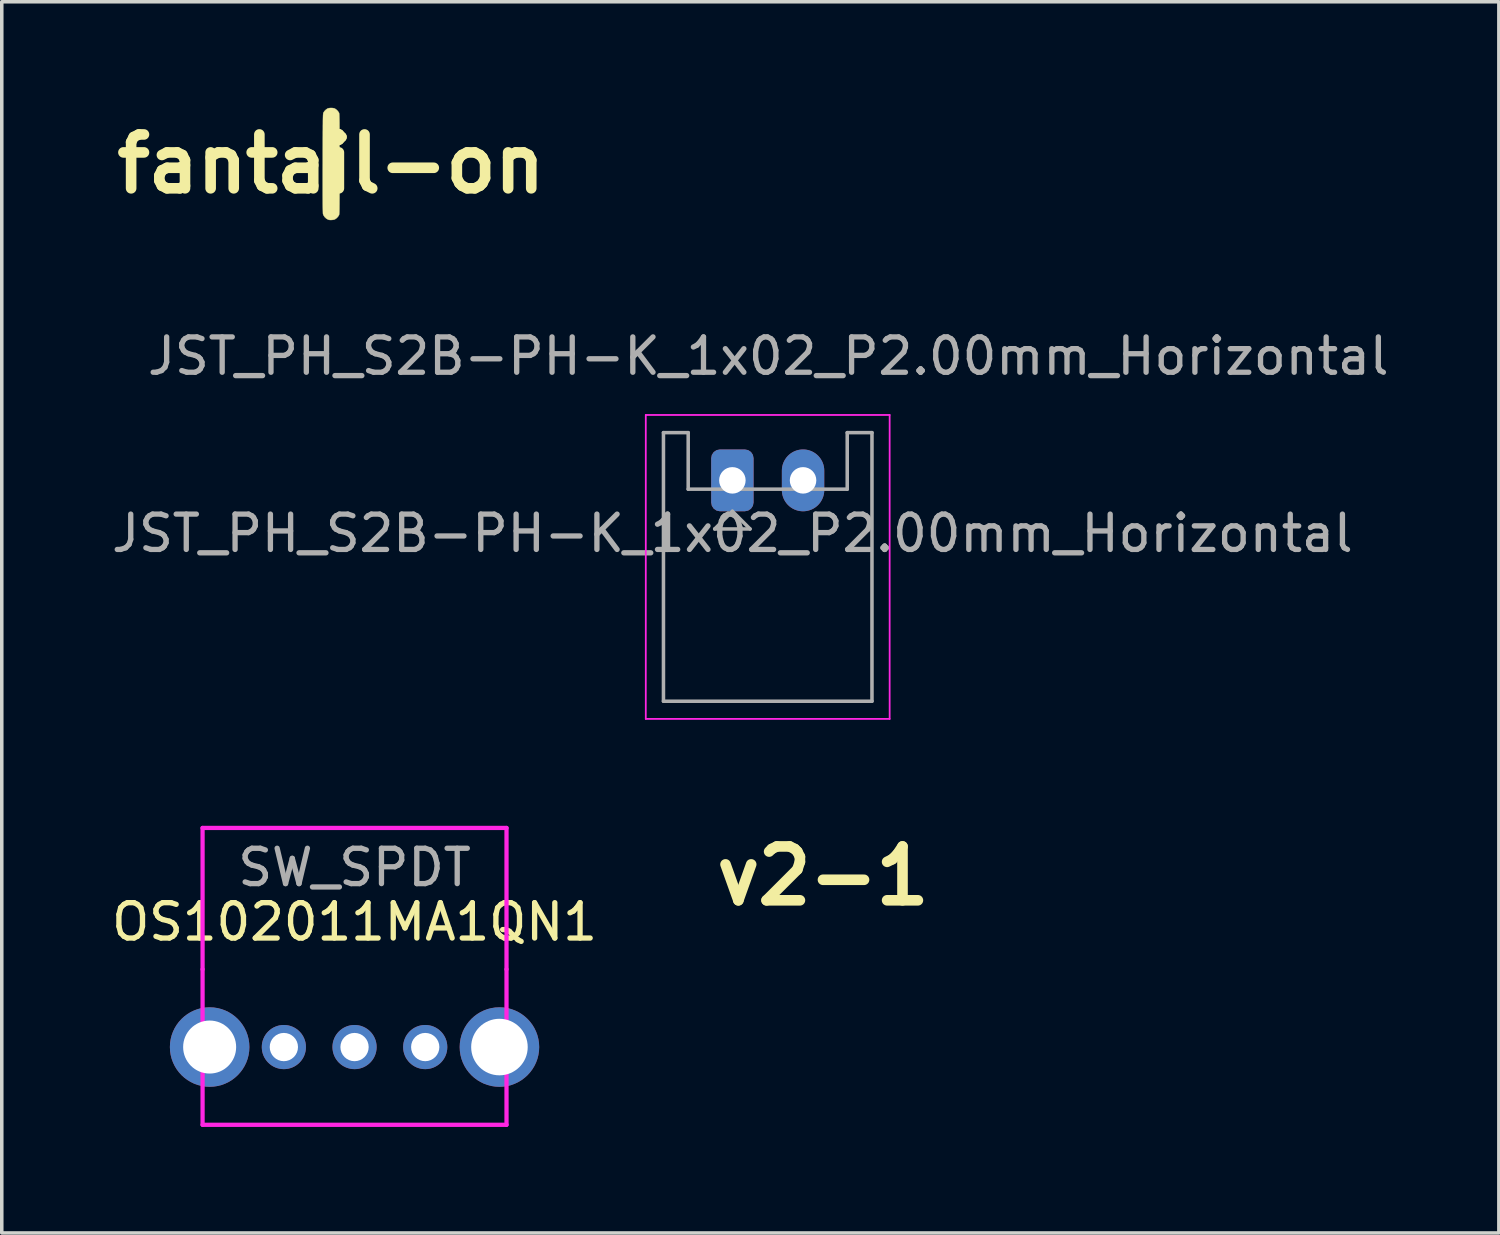
<source format=kicad_pcb>
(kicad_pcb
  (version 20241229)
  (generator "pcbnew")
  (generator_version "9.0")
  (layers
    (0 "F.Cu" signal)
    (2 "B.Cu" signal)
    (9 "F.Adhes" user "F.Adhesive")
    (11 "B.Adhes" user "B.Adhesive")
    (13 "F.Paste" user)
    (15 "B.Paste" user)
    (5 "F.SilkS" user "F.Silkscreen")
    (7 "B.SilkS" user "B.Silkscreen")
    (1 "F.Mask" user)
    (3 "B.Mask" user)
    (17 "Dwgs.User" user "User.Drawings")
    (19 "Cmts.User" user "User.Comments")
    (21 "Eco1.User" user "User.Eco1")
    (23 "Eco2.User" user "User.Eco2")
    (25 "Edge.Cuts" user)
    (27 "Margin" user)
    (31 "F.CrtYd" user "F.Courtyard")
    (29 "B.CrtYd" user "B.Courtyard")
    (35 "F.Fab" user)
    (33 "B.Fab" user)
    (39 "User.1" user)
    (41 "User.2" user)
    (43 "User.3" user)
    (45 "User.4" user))
  (footprint "fantail-on"
    (layer "F.Cu")
    (at 6.321 1.589)
    (property "Reference" "fantail-on" (at 0 0 0) (layer "F.SilkS") (effects (font (size 1.524 1.524) (thickness 0.3))))
    (attr through_hole)
    (fp_poly (pts (xy 0.03 -1.583) (xy 0.075 -1.577) (xy 0.103 -1.567) (xy 0.145 -1.539) (xy 0.185 -1.5) (xy 0.215 -1.458) (xy 0.219 -1.451) (xy 0.221 -1.446) (xy 0.223 -1.44) (xy 0.225 -1.431) (xy 0.227 -1.419) (xy 0.228 -1.403) (xy 0.229 -1.382) (xy 0.23 -1.356) (xy 0.231 -1.322) (xy 0.232 -1.281) (xy 0.233 -1.232) (xy 0.234 -1.173) (xy 0.234 -1.104) (xy 0.235 -1.025) (xy 0.235 -0.933) (xy 0.235 -0.828) (xy 0.235 -0.71) (xy 0.235 -0.577) (xy 0.235 -0.428) (xy 0.236 -0.263) (xy 0.236 -0.081) (xy 0.236 0) (xy 0.236 0.189) (xy 0.235 0.361) (xy 0.235 0.517) (xy 0.235 0.656) (xy 0.235 0.78) (xy 0.235 0.891) (xy 0.235 0.988) (xy 0.234 1.072) (xy 0.234 1.146) (xy 0.233 1.209) (xy 0.233 1.262) (xy 0.232 1.306) (xy 0.231 1.342) (xy 0.23 1.372) (xy 0.229 1.395) (xy 0.227 1.413) (xy 0.226 1.426) (xy 0.224 1.436) (xy 0.222 1.444) (xy 0.22 1.449) (xy 0.219 1.451) (xy 0.191 1.493) (xy 0.153 1.533) (xy 0.111 1.563) (xy 0.103 1.567) (xy 0.069 1.578) (xy 0.026 1.584) (xy -0.02 1.586) (xy -0.06 1.582) (xy -0.08 1.577) (xy -0.137 1.546) (xy -0.184 1.502) (xy -0.218 1.45) (xy -0.23 1.418) (xy -0.232 1.407) (xy -0.233 1.387) (xy -0.234 1.356) (xy -0.235 1.314) (xy -0.236 1.26) (xy -0.237 1.194) (xy -0.238 1.115) (xy -0.238 1.022) (xy -0.239 0.915) (xy -0.239 0.793) (xy -0.239 0.655) (xy -0.239 0.501) (xy -0.239 0.331) (xy -0.239 0.143) (xy -0.238 -0.018) (xy -0.238 -0.207) (xy -0.238 -0.377) (xy -0.237 -0.531) (xy -0.237 -0.669) (xy -0.236 -0.793) (xy -0.236 -0.902) (xy -0.235 -0.998) (xy -0.235 -1.081) (xy -0.234 -1.154) (xy -0.234 -1.215) (xy -0.233 -1.268) (xy -0.232 -1.311) (xy -0.231 -1.347) (xy -0.23 -1.375) (xy -0.228 -1.398) (xy -0.227 -1.415) (xy -0.225 -1.428) (xy -0.224 -1.438) (xy -0.221 -1.445) (xy -0.219 -1.45) (xy -0.219 -1.451) (xy -0.191 -1.494) (xy -0.152 -1.533) (xy -0.11 -1.564) (xy -0.103 -1.567) (xy -0.066 -1.579) (xy -0.02 -1.584) (xy 0.03 -1.583)) (stroke (width 0.01) (type solid)) (fill yes) (layer "F.SilkS")))
  (footprint "JST_PH_S2B-PH-K_1x02_P2.00mm_Horizontal"
    (layer "F.Cu")
    (at 18.689 12.828)
    (property "Reference" "JST_PH_S2B-PH-K_1x02_P2.00mm_Horizontal" (at 0 -5.8 0) (layer "F.Fab") (effects (font (size 1 1) (thickness 0.15))))
    (attr smd)
    (fp_line (start -3.466 -4.136) (end -3.466 4.464) (stroke (width 0.05) (type solid)) (layer "F.CrtYd"))
    (fp_line (start -3.466 4.464) (end 3.434 4.464) (stroke (width 0.05) (type solid)) (layer "F.CrtYd"))
    (fp_line (start 3.434 -4.136) (end -3.466 -4.136) (stroke (width 0.05) (type solid)) (layer "F.CrtYd"))
    (fp_line (start 3.434 4.464) (end 3.434 -4.136) (stroke (width 0.05) (type solid)) (layer "F.CrtYd"))
    (fp_line (start -2.966 -3.636) (end -2.966 3.964) (stroke (width 0.1) (type solid)) (layer "F.Fab"))
    (fp_line (start -2.966 3.964) (end 2.934 3.964) (stroke (width 0.1) (type solid)) (layer "F.Fab"))
    (fp_line (start -2.266 -3.636) (end -2.966 -3.636) (stroke (width 0.1) (type solid)) (layer "F.Fab"))
    (fp_line (start -2.266 -2.036) (end -2.266 -3.636) (stroke (width 0.1) (type solid)) (layer "F.Fab"))
    (fp_line (start -1.516 -0.911) (end -0.516 -0.911) (stroke (width 0.1) (type solid)) (layer "F.Fab"))
    (fp_line (start -1.016 -1.411) (end -1.516 -0.911) (stroke (width 0.1) (type solid)) (layer "F.Fab"))
    (fp_line (start -0.516 -0.911) (end -1.016 -1.411) (stroke (width 0.1) (type solid)) (layer "F.Fab"))
    (fp_line (start 2.234 -3.636) (end 2.234 -2.036) (stroke (width 0.1) (type solid)) (layer "F.Fab"))
    (fp_line (start 2.234 -2.036) (end -2.266 -2.036) (stroke (width 0.1) (type solid)) (layer "F.Fab"))
    (fp_line (start 2.934 -3.636) (end 2.234 -3.636) (stroke (width 0.1) (type solid)) (layer "F.Fab"))
    (fp_line (start 2.934 3.964) (end 2.934 -3.636) (stroke (width 0.1) (type solid)) (layer "F.Fab"))
    (fp_text user "${REFERENCE}" (at -1.016 -0.786 0) (layer "F.Fab") (effects (font (size 1 1) (thickness 0.15))))
    (pad "1" thru_hole roundrect (at -1.016 -2.286) (size 1.2 1.75) (drill 0.75) (layers "*.Cu" "*.Mask") (roundrect_rratio 0.208))
    (pad "2" thru_hole oval (at 0.984 -2.286) (size 1.2 1.75) (drill 0.75) (layers "*.Cu" "*.Mask")))
  (footprint "v2-1"
    (layer "F.Cu")
    (at 20.237 21.735)
    (property "Reference" "v2-1" (at 0 0 0) (layer "F.SilkS") (effects (font (size 1.524 1.524) (thickness 0.3))))
    (attr through_hole)
    (fp_poly (pts (xy -1.116 -0.315) (xy -1.091 -0.315) (xy -0.911 -0.311) (xy -0.77 -0.003) (xy -0.732 0.079) (xy -0.698 0.152) (xy -0.668 0.215) (xy -0.645 0.263) (xy -0.629 0.294) (xy -0.622 0.305) (xy -0.615 0.294) (xy -0.599 0.263) (xy -0.575 0.214) (xy -0.546 0.152) (xy -0.511 0.078) (xy -0.474 -0.003) (xy -0.333 -0.311) (xy -0.151 -0.311) (xy -0.078 -0.311) (xy -0.027 -0.309) (xy 0.006 -0.307) (xy 0.025 -0.302) (xy 0.034 -0.295) (xy 0.035 -0.292) (xy 0.03 -0.278) (xy 0.016 -0.243) (xy -0.008 -0.191) (xy -0.039 -0.124) (xy -0.076 -0.044) (xy -0.119 0.047) (xy -0.165 0.146) (xy -0.215 0.25) (xy -0.266 0.356) (xy -0.317 0.464) (xy -0.368 0.569) (xy -0.416 0.669) (xy -0.462 0.763) (xy -0.503 0.847) (xy -0.538 0.919) (xy -0.567 0.976) (xy -0.588 1.016) (xy -0.599 1.037) (xy -0.6 1.038) (xy -0.619 1.053) (xy -0.638 1.044) (xy -0.653 1.026) (xy -0.666 1.001) (xy -0.689 0.958) (xy -0.719 0.898) (xy -0.755 0.824) (xy -0.797 0.738) (xy -0.842 0.643) (xy -0.891 0.542) (xy -0.941 0.436) (xy -0.992 0.329) (xy -1.042 0.222) (xy -1.09 0.119) (xy -1.136 0.022) (xy -1.177 -0.067) (xy -1.212 -0.145) (xy -1.241 -0.21) (xy -1.256 -0.243) (xy -1.192 -0.243) (xy -1.183 -0.224) (xy -1.166 -0.186) (xy -1.14 -0.131) (xy -1.107 -0.062) (xy -1.068 0.019) (xy -1.025 0.108) (xy -0.979 0.203) (xy -0.931 0.303) (xy -0.882 0.403) (xy -0.834 0.501) (xy -0.788 0.595) (xy -0.745 0.683) (xy -0.707 0.761) (xy -0.674 0.827) (xy -0.648 0.878) (xy -0.631 0.912) (xy -0.623 0.927) (xy -0.623 0.927) (xy -0.616 0.916) (xy -0.6 0.884) (xy -0.574 0.833) (xy -0.541 0.767) (xy -0.501 0.686) (xy -0.455 0.592) (xy -0.405 0.489) (xy -0.351 0.378) (xy -0.337 0.349) (xy -0.282 0.236) (xy -0.231 0.13) (xy -0.184 0.032) (xy -0.143 -0.053) (xy -0.108 -0.126) (xy -0.081 -0.183) (xy -0.062 -0.222) (xy -0.053 -0.24) (xy -0.053 -0.242) (xy -0.062 -0.248) (xy -0.09 -0.252) (xy -0.13 -0.254) (xy -0.175 -0.254) (xy -0.221 -0.252) (xy -0.259 -0.248) (xy -0.283 -0.242) (xy -0.288 -0.238) (xy -0.296 -0.223) (xy -0.313 -0.188) (xy -0.337 -0.135) (xy -0.368 -0.069) (xy -0.404 0.007) (xy -0.442 0.091) (xy -0.447 0.102) (xy -0.495 0.205) (xy -0.534 0.286) (xy -0.564 0.347) (xy -0.588 0.39) (xy -0.605 0.417) (xy -0.617 0.428) (xy -0.62 0.429) (xy -0.628 0.427) (xy -0.639 0.416) (xy -0.653 0.395) (xy -0.673 0.36) (xy -0.697 0.311) (xy -0.73 0.244) (xy -0.77 0.157) (xy -0.801 0.09) (xy -0.958 -0.254) (xy -1.077 -0.254) (xy -1.128 -0.253) (xy -1.167 -0.25) (xy -1.189 -0.245) (xy -1.192 -0.243) (xy -1.256 -0.243) (xy -1.263 -0.259) (xy -1.275 -0.289) (xy -1.278 -0.299) (xy -1.271 -0.307) (xy -1.255 -0.312) (xy -1.227 -0.315) (xy -1.182 -0.316) (xy -1.116 -0.315)) (stroke (width 0.01) (type solid)) (fill yes) (layer "F.Mask"))
    (fp_poly (pts (xy 0.721 -1.05) (xy 0.793 -1.04) (xy 0.81 -1.036) (xy 0.926 -0.993) (xy 1.029 -0.932) (xy 1.116 -0.854) (xy 1.186 -0.763) (xy 1.237 -0.661) (xy 1.268 -0.552) (xy 1.277 -0.436) (xy 1.265 -0.331) (xy 1.25 -0.273) (xy 1.232 -0.216) (xy 1.206 -0.158) (xy 1.174 -0.097) (xy 1.132 -0.03) (xy 1.079 0.045) (xy 1.014 0.131) (xy 0.935 0.23) (xy 0.841 0.344) (xy 0.813 0.376) (xy 0.612 0.616) (xy 0.931 0.619) (xy 1.048 0.621) (xy 1.14 0.624) (xy 1.207 0.628) (xy 1.249 0.632) (xy 1.266 0.637) (xy 1.274 0.65) (xy 1.279 0.676) (xy 1.281 0.719) (xy 1.28 0.782) (xy 1.28 0.805) (xy 1.276 0.959) (xy 0.606 0.962) (xy 0.457 0.963) (xy 0.331 0.963) (xy 0.227 0.963) (xy 0.142 0.963) (xy 0.075 0.962) (xy 0.023 0.961) (xy -0.015 0.959) (xy -0.041 0.957) (xy -0.058 0.954) (xy -0.068 0.95) (xy -0.072 0.946) (xy -0.072 0.92) (xy -0.067 0.911) (xy -0.06 0.902) (xy 0.023 0.902) (xy 1.219 0.902) (xy 1.219 0.699) (xy 0.872 0.699) (xy 0.766 0.698) (xy 0.683 0.698) (xy 0.62 0.696) (xy 0.574 0.694) (xy 0.543 0.691) (xy 0.523 0.688) (xy 0.511 0.682) (xy 0.508 0.679) (xy 0.503 0.673) (xy 0.499 0.668) (xy 0.499 0.66) (xy 0.504 0.649) (xy 0.515 0.632) (xy 0.534 0.607) (xy 0.562 0.571) (xy 0.601 0.524) (xy 0.653 0.462) (xy 0.718 0.384) (xy 0.76 0.334) (xy 0.861 0.213) (xy 0.945 0.108) (xy 1.015 0.017) (xy 1.071 -0.061) (xy 1.115 -0.129) (xy 1.148 -0.189) (xy 1.17 -0.237) (xy 1.184 -0.277) (xy 1.193 -0.316) (xy 1.198 -0.363) (xy 1.2 -0.425) (xy 1.2 -0.451) (xy 1.199 -0.515) (xy 1.197 -0.562) (xy 1.191 -0.597) (xy 1.181 -0.629) (xy 1.166 -0.663) (xy 1.107 -0.761) (xy 1.029 -0.844) (xy 0.935 -0.91) (xy 0.829 -0.957) (xy 0.713 -0.985) (xy 0.626 -0.991) (xy 0.498 -0.981) (xy 0.385 -0.95) (xy 0.287 -0.9) (xy 0.205 -0.83) (xy 0.139 -0.74) (xy 0.09 -0.631) (xy 0.057 -0.504) (xy 0.048 -0.456) (xy 0.27 -0.464) (xy 0.285 -0.522) (xy 0.32 -0.613) (xy 0.373 -0.688) (xy 0.442 -0.744) (xy 0.527 -0.781) (xy 0.556 -0.788) (xy 0.653 -0.796) (xy 0.744 -0.78) (xy 0.828 -0.74) (xy 0.903 -0.676) (xy 0.906 -0.672) (xy 0.958 -0.598) (xy 0.985 -0.515) (xy 0.99 -0.425) (xy 0.97 -0.331) (xy 0.943 -0.265) (xy 0.921 -0.226) (xy 0.889 -0.177) (xy 0.847 -0.116) (xy 0.792 -0.042) (xy 0.726 0.045) (xy 0.646 0.146) (xy 0.553 0.262) (xy 0.445 0.394) (xy 0.323 0.542) (xy 0.184 0.709) (xy 0.074 0.841) (xy 0.023 0.902) (xy -0.06 0.902) (xy -0.057 0.898) (xy -0.032 0.868) (xy 0.006 0.822) (xy 0.054 0.763) (xy 0.112 0.692) (xy 0.178 0.613) (xy 0.249 0.526) (xy 0.3 0.464) (xy 0.415 0.323) (xy 0.515 0.201) (xy 0.601 0.095) (xy 0.673 0.004) (xy 0.734 -0.074) (xy 0.784 -0.141) (xy 0.824 -0.197) (xy 0.856 -0.245) (xy 0.879 -0.286) (xy 0.897 -0.322) (xy 0.909 -0.354) (xy 0.918 -0.383) (xy 0.923 -0.411) (xy 0.923 -0.494) (xy 0.9 -0.569) (xy 0.858 -0.631) (xy 0.799 -0.68) (xy 0.725 -0.711) (xy 0.638 -0.724) (xy 0.63 -0.724) (xy 0.547 -0.716) (xy 0.479 -0.691) (xy 0.425 -0.648) (xy 0.383 -0.584) (xy 0.35 -0.499) (xy 0.343 -0.47) (xy 0.322 -0.387) (xy 0.164 -0.384) (xy 0.102 -0.384) (xy 0.049 -0.385) (xy 0.009 -0.388) (xy -0.011 -0.392) (xy -0.012 -0.393) (xy -0.02 -0.401) (xy -0.023 -0.418) (xy -0.02 -0.447) (xy -0.013 -0.493) (xy -0.008 -0.516) (xy 0.028 -0.652) (xy 0.082 -0.768) (xy 0.151 -0.866) (xy 0.237 -0.945) (xy 0.339 -1.004) (xy 0.408 -1.03) (xy 0.472 -1.044) (xy 0.552 -1.052) (xy 0.638 -1.054) (xy 0.721 -1.05)) (stroke (width 0.01) (type solid)) (fill yes) (layer "F.Mask")))
  (footprint "OS102011MA1QN1"
    (layer "F.Cu")
    (at 6.982 25.577)
    (property "Reference" "OS102011MA1QN1" (at 0 -2.54 0) (layer "F.SilkS") (effects (font (size 1 1) (thickness 0.15))))
    (attr smd)
    (fp_line (start -4.3 -5.2) (end 4.3 -5.2) (stroke (width 0.12) (type solid)) (layer "F.CrtYd"))
    (fp_line (start -4.3 -1.2) (end -4.3 -5.2) (stroke (width 0.12) (type solid)) (layer "F.CrtYd"))
    (fp_line (start -4.3 3.2) (end -4.3 -1.2) (stroke (width 0.12) (type solid)) (layer "F.CrtYd"))
    (fp_line (start -4.3 3.2) (end 4.3 3.2) (stroke (width 0.12) (type solid)) (layer "F.CrtYd"))
    (fp_line (start 4.3 -5.2) (end 4.3 -1.2) (stroke (width 0.12) (type solid)) (layer "F.CrtYd"))
    (fp_line (start 4.3 3.2) (end 4.3 -1.2) (stroke (width 0.12) (type solid)) (layer "F.CrtYd"))
    (fp_text user "SW_SPDT" (at 0 -4.08 0) (layer "F.Fab") (effects (font (size 1 1) (thickness 0.15))))
    (pad "" thru_hole circle (at -4.1 1) (size 2.25 2.25) (drill 1.5) (layers "*.Cu" "*.Mask"))
    (pad "0" thru_hole circle (at 4.1 1) (size 2.25 2.25) (drill 1.6) (layers "*.Cu" "*.Mask"))
    (pad "1" thru_hole circle (at -2 1) (size 1.25 1.25) (drill 0.8) (layers "*.Cu" "*.Mask"))
    (pad "2" thru_hole circle (at 0 1) (size 1.25 1.25) (drill 0.8) (layers "*.Cu" "*.Mask"))
    (pad "3" thru_hole circle (at 2 1) (size 1.25 1.25) (drill 0.8) (layers "*.Cu" "*.Mask")))
  (gr_rect
    (start -3 -3)
    (end 39.361 31.837)
    (stroke (width 0.1) (type default))
    (fill no)
    (layer "Edge.Cuts")))
</source>
